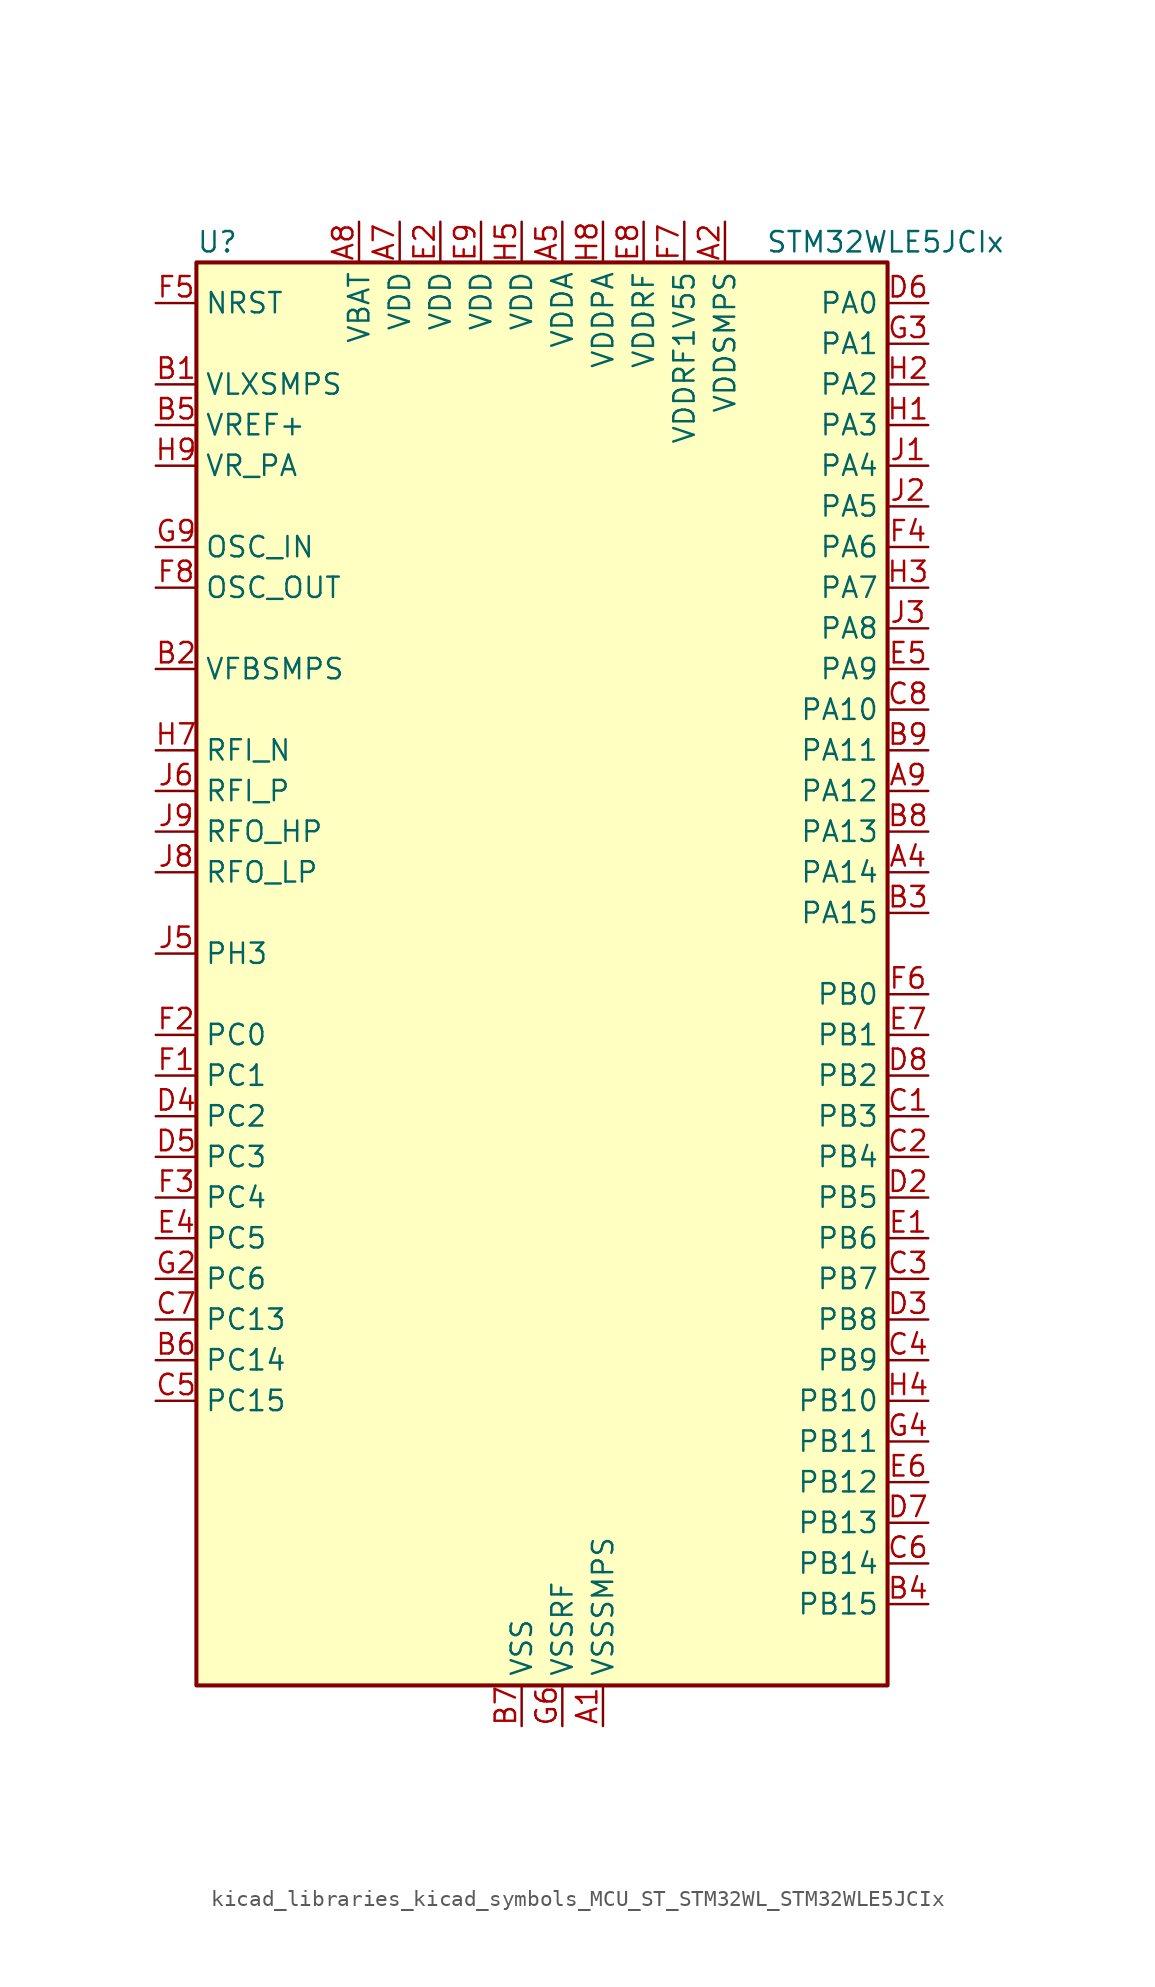
<source format=kicad_sym>
(kicad_symbol_lib
  (version 20220914)
  (generator kicad_symbol_editor)
  (symbol "kicad_libraries_kicad_symbols_MCU_ST_STM32WL_STM32WLE5JCIx"
    (property "Reference" "U"
      (at -20.32 46.99 0)
      (effects (font (size 1.27 1.27)) (justify left)))
    (property "Value" "STM32WLE5JCIx"
      (at 15.24 46.99 0)
      (effects (font (size 1.27 1.27)) (justify left)))
    (property "ki_locked" ""
      (at 0 0 0)
      (effects (font (size 1.27 1.27))))
    (symbol "kicad_libraries_kicad_symbols_MCU_ST_STM32WL_STM32WLE5JCIx_0_1"
      (rectangle (start -20.32 -43.18) (end 22.86 45.72) (stroke (width 0.254) (type default)) (fill (type background))))
    (symbol "kicad_libraries_kicad_symbols_MCU_ST_STM32WL_STM32WLE5JCIx_1_1"
      (pin power_in line (at 5.08 -45.72 90) (length 2.54) (name "VSSSMPS" (effects (font (size 1.27 1.27)))) (number "A1" (effects (font (size 1.27 1.27)))))
      (pin power_in line (at 12.7 48.26 270) (length 2.54) (name "VDDSMPS" (effects (font (size 1.27 1.27)))) (number "A2" (effects (font (size 1.27 1.27)))))
      (pin bidirectional line (at 25.4 7.62 180) (length 2.54) (name "PA14" (effects (font (size 1.27 1.27)))) (number "A4" (effects (font (size 1.27 1.27)))) (alternate "ADC_IN10" bidirectional line) (alternate "DEBUG_JTCK-SWCLK" bidirectional line) (alternate "I2C1_SMBA" bidirectional line) (alternate "LPTIM1_OUT" bidirectional line))
      (pin power_in line (at 2.54 48.26 270) (length 2.54) (name "VDDA" (effects (font (size 1.27 1.27)))) (number "A5" (effects (font (size 1.27 1.27)))))
      (pin power_in line (at -7.62 48.26 270) (length 2.54) (name "VDD" (effects (font (size 1.27 1.27)))) (number "A7" (effects (font (size 1.27 1.27)))))
      (pin power_in line (at -10.16 48.26 270) (length 2.54) (name "VBAT" (effects (font (size 1.27 1.27)))) (number "A8" (effects (font (size 1.27 1.27)))))
      (pin bidirectional line (at 25.4 12.7 180) (length 2.54) (name "PA12" (effects (font (size 1.27 1.27)))) (number "A9" (effects (font (size 1.27 1.27)))) (alternate "ADC_IN8" bidirectional line) (alternate "DEBUG_RF-BUSY" bidirectional line) (alternate "I2C2_SCL" bidirectional line) (alternate "LPTIM3_IN1" bidirectional line) (alternate "SPI1_MOSI" bidirectional line) (alternate "TIM1_ETR" bidirectional line) (alternate "USART1_DE" bidirectional line) (alternate "USART1_RTS" bidirectional line))
      (pin power_in line (at -22.86 38.1 0) (length 2.54) (name "VLXSMPS" (effects (font (size 1.27 1.27)))) (number "B1" (effects (font (size 1.27 1.27)))))
      (pin input line (at -22.86 20.32 0) (length 2.54) (name "VFBSMPS" (effects (font (size 1.27 1.27)))) (number "B2" (effects (font (size 1.27 1.27)))))
      (pin bidirectional line (at 25.4 5.08 180) (length 2.54) (name "PA15" (effects (font (size 1.27 1.27)))) (number "B3" (effects (font (size 1.27 1.27)))) (alternate "ADC_IN11" bidirectional line) (alternate "COMP1_INM" bidirectional line) (alternate "COMP2_INP" bidirectional line) (alternate "DEBUG_JTDI" bidirectional line) (alternate "I2C2_SDA" bidirectional line) (alternate "SPI1_NSS" bidirectional line) (alternate "TIM2_CH1" bidirectional line) (alternate "TIM2_ETR" bidirectional line))
      (pin bidirectional line (at 25.4 -38.1 180) (length 2.54) (name "PB15" (effects (font (size 1.27 1.27)))) (number "B4" (effects (font (size 1.27 1.27)))) (alternate "I2C2_SCL" bidirectional line) (alternate "I2S2_SD" bidirectional line) (alternate "SPI2_MOSI" bidirectional line) (alternate "TIM1_CH3N" bidirectional line))
      (pin input line (at -22.86 35.56 0) (length 2.54) (name "VREF+" (effects (font (size 1.27 1.27)))) (number "B5" (effects (font (size 1.27 1.27)))) (alternate "VREFBUF_OUT" bidirectional line))
      (pin bidirectional line (at -22.86 -22.86 0) (length 2.54) (name "PC14" (effects (font (size 1.27 1.27)))) (number "B6" (effects (font (size 1.27 1.27)))) (alternate "RCC_OSC32_IN" bidirectional line))
      (pin power_in line (at 0 -45.72 90) (length 2.54) (name "VSS" (effects (font (size 1.27 1.27)))) (number "B7" (effects (font (size 1.27 1.27)))))
      (pin bidirectional line (at 25.4 10.16 180) (length 2.54) (name "PA13" (effects (font (size 1.27 1.27)))) (number "B8" (effects (font (size 1.27 1.27)))) (alternate "ADC_IN9" bidirectional line) (alternate "DEBUG_JTMS-SWDIO" bidirectional line) (alternate "I2C2_SMBA" bidirectional line) (alternate "IR_OUT" bidirectional line))
      (pin bidirectional line (at 25.4 15.24 180) (length 2.54) (name "PA11" (effects (font (size 1.27 1.27)))) (number "B9" (effects (font (size 1.27 1.27)))) (alternate "ADC_EXTI11" bidirectional line) (alternate "ADC_IN7" bidirectional line) (alternate "COMP1_INM" bidirectional line) (alternate "COMP2_INM" bidirectional line) (alternate "DEBUG_RF-NRESET" bidirectional line) (alternate "I2C2_SDA" bidirectional line) (alternate "LPTIM3_ETR" bidirectional line) (alternate "SPI1_MISO" bidirectional line) (alternate "TIM1_BKIN2" bidirectional line) (alternate "TIM1_CH4" bidirectional line) (alternate "USART1_CTS" bidirectional line) (alternate "USART1_NSS" bidirectional line))
      (pin bidirectional line (at 25.4 -7.62 180) (length 2.54) (name "PB3" (effects (font (size 1.27 1.27)))) (number "C1" (effects (font (size 1.27 1.27)))) (alternate "ADC_IN2" bidirectional line) (alternate "COMP1_INM" bidirectional line) (alternate "COMP2_INM" bidirectional line) (alternate "DEBUG_JTDO-SWO" bidirectional line) (alternate "DEBUG_RF-DTB1" bidirectional line) (alternate "PWR_WKUP3" bidirectional line) (alternate "RTC_TAMP_IN3" bidirectional line) (alternate "SPI1_SCK" bidirectional line) (alternate "TIM2_CH2" bidirectional line) (alternate "USART1_DE" bidirectional line) (alternate "USART1_RTS" bidirectional line))
      (pin bidirectional line (at 25.4 -10.16 180) (length 2.54) (name "PB4" (effects (font (size 1.27 1.27)))) (number "C2" (effects (font (size 1.27 1.27)))) (alternate "ADC_IN3" bidirectional line) (alternate "COMP1_INP" bidirectional line) (alternate "COMP2_INP" bidirectional line) (alternate "DEBUG_JTRST" bidirectional line) (alternate "DEBUG_RF-LDORDY" bidirectional line) (alternate "I2C3_SDA" bidirectional line) (alternate "SPI1_MISO" bidirectional line) (alternate "TIM17_BKIN" bidirectional line) (alternate "USART1_CTS" bidirectional line) (alternate "USART1_NSS" bidirectional line))
      (pin bidirectional line (at 25.4 -17.78 180) (length 2.54) (name "PB7" (effects (font (size 1.27 1.27)))) (number "C3" (effects (font (size 1.27 1.27)))) (alternate "I2C1_SDA" bidirectional line) (alternate "LPTIM1_IN2" bidirectional line) (alternate "PWR_PVD_IN" bidirectional line) (alternate "TIM17_CH1N" bidirectional line) (alternate "TIM1_BKIN" bidirectional line) (alternate "USART1_RX" bidirectional line))
      (pin bidirectional line (at 25.4 -22.86 180) (length 2.54) (name "PB9" (effects (font (size 1.27 1.27)))) (number "C4" (effects (font (size 1.27 1.27)))) (alternate "DAC_EXTI9" bidirectional line) (alternate "I2C1_SDA" bidirectional line) (alternate "I2S2_WS" bidirectional line) (alternate "IR_OUT" bidirectional line) (alternate "SPI2_NSS" bidirectional line) (alternate "TIM17_CH1" bidirectional line) (alternate "TIM1_CH3N" bidirectional line))
      (pin bidirectional line (at -22.86 -25.4 0) (length 2.54) (name "PC15" (effects (font (size 1.27 1.27)))) (number "C5" (effects (font (size 1.27 1.27)))) (alternate "RCC_OSC32_OUT" bidirectional line))
      (pin bidirectional line (at 25.4 -35.56 180) (length 2.54) (name "PB14" (effects (font (size 1.27 1.27)))) (number "C6" (effects (font (size 1.27 1.27)))) (alternate "ADC_IN1" bidirectional line) (alternate "I2C3_SDA" bidirectional line) (alternate "I2S2_MCK" bidirectional line) (alternate "SPI2_MISO" bidirectional line) (alternate "TIM1_CH2N" bidirectional line))
      (pin bidirectional line (at -22.86 -20.32 0) (length 2.54) (name "PC13" (effects (font (size 1.27 1.27)))) (number "C7" (effects (font (size 1.27 1.27)))) (alternate "PWR_WKUP2" bidirectional line) (alternate "RTC_OUT1" bidirectional line) (alternate "RTC_TAMP_IN1" bidirectional line) (alternate "RTC_TS" bidirectional line))
      (pin bidirectional line (at 25.4 17.78 180) (length 2.54) (name "PA10" (effects (font (size 1.27 1.27)))) (number "C8" (effects (font (size 1.27 1.27)))) (alternate "ADC_IN6" bidirectional line) (alternate "COMP1_INM" bidirectional line) (alternate "COMP2_INM" bidirectional line) (alternate "DAC_OUT1" bidirectional line) (alternate "DEBUG_RF-HSE32RDY" bidirectional line) (alternate "I2C1_SDA" bidirectional line) (alternate "I2S2_SD" bidirectional line) (alternate "RTC_REFIN" bidirectional line) (alternate "SPI2_MOSI" bidirectional line) (alternate "TIM17_BKIN" bidirectional line) (alternate "TIM1_CH3" bidirectional line) (alternate "USART1_RX" bidirectional line))
      (pin bidirectional line (at 25.4 -12.7 180) (length 2.54) (name "PB5" (effects (font (size 1.27 1.27)))) (number "D2" (effects (font (size 1.27 1.27)))) (alternate "COMP2_OUT" bidirectional line) (alternate "I2C1_SMBA" bidirectional line) (alternate "LPTIM1_IN1" bidirectional line) (alternate "SPI1_MOSI" bidirectional line) (alternate "TIM16_BKIN" bidirectional line) (alternate "USART1_CK" bidirectional line))
      (pin bidirectional line (at 25.4 -20.32 180) (length 2.54) (name "PB8" (effects (font (size 1.27 1.27)))) (number "D3" (effects (font (size 1.27 1.27)))) (alternate "I2C1_SCL" bidirectional line) (alternate "TIM16_CH1" bidirectional line) (alternate "TIM1_CH2N" bidirectional line))
      (pin bidirectional line (at -22.86 -7.62 0) (length 2.54) (name "PC2" (effects (font (size 1.27 1.27)))) (number "D4" (effects (font (size 1.27 1.27)))) (alternate "LPTIM1_IN2" bidirectional line) (alternate "SPI2_MISO" bidirectional line))
      (pin bidirectional line (at -22.86 -10.16 0) (length 2.54) (name "PC3" (effects (font (size 1.27 1.27)))) (number "D5" (effects (font (size 1.27 1.27)))) (alternate "I2S2_SD" bidirectional line) (alternate "LPTIM1_ETR" bidirectional line) (alternate "LPTIM2_ETR" bidirectional line) (alternate "SPI2_MOSI" bidirectional line))
      (pin bidirectional line (at 25.4 43.18 180) (length 2.54) (name "PA0" (effects (font (size 1.27 1.27)))) (number "D6" (effects (font (size 1.27 1.27)))) (alternate "COMP1_OUT" bidirectional line) (alternate "DEBUG_PWR-REGLP1S" bidirectional line) (alternate "I2C3_SMBA" bidirectional line) (alternate "I2S_CKIN" bidirectional line) (alternate "PWR_WKUP1" bidirectional line) (alternate "RTC_TAMP_IN2" bidirectional line) (alternate "TIM2_CH1" bidirectional line) (alternate "TIM2_ETR" bidirectional line) (alternate "USART2_CTS" bidirectional line) (alternate "USART2_NSS" bidirectional line))
      (pin bidirectional line (at 25.4 -33.02 180) (length 2.54) (name "PB13" (effects (font (size 1.27 1.27)))) (number "D7" (effects (font (size 1.27 1.27)))) (alternate "ADC_IN0" bidirectional line) (alternate "I2C3_SCL" bidirectional line) (alternate "I2S2_CK" bidirectional line) (alternate "LPUART1_CTS" bidirectional line) (alternate "SPI2_SCK" bidirectional line) (alternate "TIM1_CH1N" bidirectional line))
      (pin bidirectional line (at 25.4 -5.08 180) (length 2.54) (name "PB2" (effects (font (size 1.27 1.27)))) (number "D8" (effects (font (size 1.27 1.27)))) (alternate "ADC_IN4" bidirectional line) (alternate "COMP1_INP" bidirectional line) (alternate "COMP2_INM" bidirectional line) (alternate "DEBUG_RF-SMPSRDY" bidirectional line) (alternate "I2C3_SMBA" bidirectional line) (alternate "LPTIM1_OUT" bidirectional line) (alternate "SPI1_NSS" bidirectional line))
      (pin passive line (at 0 -45.72 90) (length 2.54) hide (name "VSS" (effects (font (size 1.27 1.27)))) (number "D9" (effects (font (size 1.27 1.27)))))
      (pin bidirectional line (at 25.4 -15.24 180) (length 2.54) (name "PB6" (effects (font (size 1.27 1.27)))) (number "E1" (effects (font (size 1.27 1.27)))) (alternate "I2C1_SCL" bidirectional line) (alternate "LPTIM1_ETR" bidirectional line) (alternate "TIM16_CH1N" bidirectional line) (alternate "USART1_TX" bidirectional line))
      (pin power_in line (at -5.08 48.26 270) (length 2.54) (name "VDD" (effects (font (size 1.27 1.27)))) (number "E2" (effects (font (size 1.27 1.27)))))
      (pin passive line (at 0 -45.72 90) (length 2.54) hide (name "VSS" (effects (font (size 1.27 1.27)))) (number "E3" (effects (font (size 1.27 1.27)))))
      (pin bidirectional line (at -22.86 -15.24 0) (length 2.54) (name "PC5" (effects (font (size 1.27 1.27)))) (number "E4" (effects (font (size 1.27 1.27)))))
      (pin bidirectional line (at 25.4 20.32 180) (length 2.54) (name "PA9" (effects (font (size 1.27 1.27)))) (number "E5" (effects (font (size 1.27 1.27)))) (alternate "DAC_EXTI9" bidirectional line) (alternate "I2C1_SCL" bidirectional line) (alternate "I2S2_CK" bidirectional line) (alternate "I2S2_WS" bidirectional line) (alternate "SPI2_NSS" bidirectional line) (alternate "SPI2_SCK" bidirectional line) (alternate "TIM1_CH2" bidirectional line) (alternate "USART1_TX" bidirectional line))
      (pin bidirectional line (at 25.4 -30.48 180) (length 2.54) (name "PB12" (effects (font (size 1.27 1.27)))) (number "E6" (effects (font (size 1.27 1.27)))) (alternate "I2C3_SMBA" bidirectional line) (alternate "I2S2_WS" bidirectional line) (alternate "LPUART1_RTS" bidirectional line) (alternate "SPI2_NSS" bidirectional line) (alternate "TIM1_BKIN" bidirectional line))
      (pin bidirectional line (at 25.4 -2.54 180) (length 2.54) (name "PB1" (effects (font (size 1.27 1.27)))) (number "E7" (effects (font (size 1.27 1.27)))) (alternate "ADC_IN5" bidirectional line) (alternate "COMP2_INP" bidirectional line) (alternate "LPTIM2_IN1" bidirectional line) (alternate "LPUART1_DE" bidirectional line) (alternate "LPUART1_RTS" bidirectional line))
      (pin power_in line (at 7.62 48.26 270) (length 2.54) (name "VDDRF" (effects (font (size 1.27 1.27)))) (number "E8" (effects (font (size 1.27 1.27)))))
      (pin power_in line (at -2.54 48.26 270) (length 2.54) (name "VDD" (effects (font (size 1.27 1.27)))) (number "E9" (effects (font (size 1.27 1.27)))))
      (pin bidirectional line (at -22.86 -5.08 0) (length 2.54) (name "PC1" (effects (font (size 1.27 1.27)))) (number "F1" (effects (font (size 1.27 1.27)))) (alternate "I2C3_SDA" bidirectional line) (alternate "I2S2_SD" bidirectional line) (alternate "LPTIM1_OUT" bidirectional line) (alternate "LPUART1_TX" bidirectional line) (alternate "SPI2_MOSI" bidirectional line))
      (pin bidirectional line (at -22.86 -2.54 0) (length 2.54) (name "PC0" (effects (font (size 1.27 1.27)))) (number "F2" (effects (font (size 1.27 1.27)))) (alternate "I2C3_SCL" bidirectional line) (alternate "LPTIM1_IN1" bidirectional line) (alternate "LPTIM2_IN1" bidirectional line) (alternate "LPUART1_RX" bidirectional line))
      (pin bidirectional line (at -22.86 -12.7 0) (length 2.54) (name "PC4" (effects (font (size 1.27 1.27)))) (number "F3" (effects (font (size 1.27 1.27)))))
      (pin bidirectional line (at 25.4 27.94 180) (length 2.54) (name "PA6" (effects (font (size 1.27 1.27)))) (number "F4" (effects (font (size 1.27 1.27)))) (alternate "DEBUG_SUBGHZSPI-MISOOUT" bidirectional line) (alternate "I2C2_SMBA" bidirectional line) (alternate "LPUART1_CTS" bidirectional line) (alternate "SPI1_MISO" bidirectional line) (alternate "TIM16_CH1" bidirectional line) (alternate "TIM1_BKIN" bidirectional line))
      (pin input line (at -22.86 43.18 0) (length 2.54) (name "NRST" (effects (font (size 1.27 1.27)))) (number "F5" (effects (font (size 1.27 1.27)))))
      (pin bidirectional line (at 25.4 0 180) (length 2.54) (name "PB0" (effects (font (size 1.27 1.27)))) (number "F6" (effects (font (size 1.27 1.27)))) (alternate "COMP1_OUT" bidirectional line) (alternate "VDDTCXO" bidirectional line))
      (pin power_in line (at 10.16 48.26 270) (length 2.54) (name "VDDRF1V55" (effects (font (size 1.27 1.27)))) (number "F7" (effects (font (size 1.27 1.27)))))
      (pin input line (at -22.86 25.4 0) (length 2.54) (name "OSC_OUT" (effects (font (size 1.27 1.27)))) (number "F8" (effects (font (size 1.27 1.27)))) (alternate "RCC_OSC_OUT" bidirectional line))
      (pin bidirectional line (at -22.86 -17.78 0) (length 2.54) (name "PC6" (effects (font (size 1.27 1.27)))) (number "G2" (effects (font (size 1.27 1.27)))) (alternate "I2S2_MCK" bidirectional line))
      (pin bidirectional line (at 25.4 40.64 180) (length 2.54) (name "PA1" (effects (font (size 1.27 1.27)))) (number "G3" (effects (font (size 1.27 1.27)))) (alternate "DEBUG_PWR-REGLP2S" bidirectional line) (alternate "I2C1_SMBA" bidirectional line) (alternate "LPTIM3_OUT" bidirectional line) (alternate "LPUART1_RTS" bidirectional line) (alternate "SPI1_SCK" bidirectional line) (alternate "TIM2_CH2" bidirectional line) (alternate "USART2_DE" bidirectional line) (alternate "USART2_RTS" bidirectional line))
      (pin bidirectional line (at 25.4 -27.94 180) (length 2.54) (name "PB11" (effects (font (size 1.27 1.27)))) (number "G4" (effects (font (size 1.27 1.27)))) (alternate "ADC_EXTI11" bidirectional line) (alternate "COMP2_OUT" bidirectional line) (alternate "I2C3_SDA" bidirectional line) (alternate "LPUART1_TX" bidirectional line) (alternate "TIM2_CH4" bidirectional line))
      (pin passive line (at 0 -45.72 90) (length 2.54) hide (name "VSS" (effects (font (size 1.27 1.27)))) (number "G5" (effects (font (size 1.27 1.27)))))
      (pin power_in line (at 2.54 -45.72 90) (length 2.54) (name "VSSRF" (effects (font (size 1.27 1.27)))) (number "G6" (effects (font (size 1.27 1.27)))))
      (pin passive line (at 2.54 -45.72 90) (length 2.54) hide (name "VSSRF" (effects (font (size 1.27 1.27)))) (number "G7" (effects (font (size 1.27 1.27)))))
      (pin passive line (at 2.54 -45.72 90) (length 2.54) hide (name "VSSRF" (effects (font (size 1.27 1.27)))) (number "G8" (effects (font (size 1.27 1.27)))))
      (pin input line (at -22.86 27.94 0) (length 2.54) (name "OSC_IN" (effects (font (size 1.27 1.27)))) (number "G9" (effects (font (size 1.27 1.27)))) (alternate "RCC_OSC_IN" bidirectional line))
      (pin bidirectional line (at 25.4 35.56 180) (length 2.54) (name "PA3" (effects (font (size 1.27 1.27)))) (number "H1" (effects (font (size 1.27 1.27)))) (alternate "I2S2_MCK" bidirectional line) (alternate "LPUART1_RX" bidirectional line) (alternate "TIM2_CH4" bidirectional line) (alternate "USART2_RX" bidirectional line))
      (pin bidirectional line (at 25.4 38.1 180) (length 2.54) (name "PA2" (effects (font (size 1.27 1.27)))) (number "H2" (effects (font (size 1.27 1.27)))) (alternate "COMP2_OUT" bidirectional line) (alternate "DEBUG_PWR-LDORDY" bidirectional line) (alternate "LPUART1_TX" bidirectional line) (alternate "RCC_LSCO" bidirectional line) (alternate "TIM2_CH3" bidirectional line) (alternate "USART2_TX" bidirectional line))
      (pin bidirectional line (at 25.4 25.4 180) (length 2.54) (name "PA7" (effects (font (size 1.27 1.27)))) (number "H3" (effects (font (size 1.27 1.27)))) (alternate "COMP2_OUT" bidirectional line) (alternate "DEBUG_SUBGHZSPI-MOSIOUT" bidirectional line) (alternate "I2C3_SCL" bidirectional line) (alternate "SPI1_MOSI" bidirectional line) (alternate "TIM17_CH1" bidirectional line) (alternate "TIM1_CH1N" bidirectional line))
      (pin bidirectional line (at 25.4 -25.4 180) (length 2.54) (name "PB10" (effects (font (size 1.27 1.27)))) (number "H4" (effects (font (size 1.27 1.27)))) (alternate "COMP1_OUT" bidirectional line) (alternate "I2C3_SCL" bidirectional line) (alternate "I2S2_CK" bidirectional line) (alternate "LPUART1_RX" bidirectional line) (alternate "SPI2_SCK" bidirectional line) (alternate "TIM2_CH3" bidirectional line))
      (pin power_in line (at 0 48.26 270) (length 2.54) (name "VDD" (effects (font (size 1.27 1.27)))) (number "H5" (effects (font (size 1.27 1.27)))))
      (pin passive line (at 2.54 -45.72 90) (length 2.54) hide (name "VSSRF" (effects (font (size 1.27 1.27)))) (number "H6" (effects (font (size 1.27 1.27)))))
      (pin bidirectional line (at -22.86 15.24 0) (length 2.54) (name "RFI_N" (effects (font (size 1.27 1.27)))) (number "H7" (effects (font (size 1.27 1.27)))))
      (pin power_in line (at 5.08 48.26 270) (length 2.54) (name "VDDPA" (effects (font (size 1.27 1.27)))) (number "H8" (effects (font (size 1.27 1.27)))))
      (pin power_in line (at -22.86 33.02 0) (length 2.54) (name "VR_PA" (effects (font (size 1.27 1.27)))) (number "H9" (effects (font (size 1.27 1.27)))))
      (pin bidirectional line (at 25.4 33.02 180) (length 2.54) (name "PA4" (effects (font (size 1.27 1.27)))) (number "J1" (effects (font (size 1.27 1.27)))) (alternate "DEBUG_SUBGHZSPI-NSSOUT" bidirectional line) (alternate "LPTIM1_OUT" bidirectional line) (alternate "LPTIM2_OUT" bidirectional line) (alternate "RTC_OUT2" bidirectional line) (alternate "SPI1_NSS" bidirectional line) (alternate "USART2_CK" bidirectional line))
      (pin bidirectional line (at 25.4 30.48 180) (length 2.54) (name "PA5" (effects (font (size 1.27 1.27)))) (number "J2" (effects (font (size 1.27 1.27)))) (alternate "DEBUG_SUBGHZSPI-SCKOUT" bidirectional line) (alternate "LPTIM2_ETR" bidirectional line) (alternate "SPI1_SCK" bidirectional line) (alternate "SPI2_MISO" bidirectional line) (alternate "TIM2_CH1" bidirectional line) (alternate "TIM2_ETR" bidirectional line))
      (pin bidirectional line (at 25.4 22.86 180) (length 2.54) (name "PA8" (effects (font (size 1.27 1.27)))) (number "J3" (effects (font (size 1.27 1.27)))) (alternate "I2S2_CK" bidirectional line) (alternate "LPTIM2_OUT" bidirectional line) (alternate "RCC_MCO" bidirectional line) (alternate "SPI2_SCK" bidirectional line) (alternate "TIM1_CH1" bidirectional line) (alternate "USART1_CK" bidirectional line))
      (pin bidirectional line (at -22.86 2.54 0) (length 2.54) (name "PH3" (effects (font (size 1.27 1.27)))) (number "J5" (effects (font (size 1.27 1.27)))))
      (pin bidirectional line (at -22.86 12.7 0) (length 2.54) (name "RFI_P" (effects (font (size 1.27 1.27)))) (number "J6" (effects (font (size 1.27 1.27)))))
      (pin bidirectional line (at -22.86 7.62 0) (length 2.54) (name "RFO_LP" (effects (font (size 1.27 1.27)))) (number "J8" (effects (font (size 1.27 1.27)))))
      (pin bidirectional line (at -22.86 10.16 0) (length 2.54) (name "RFO_HP" (effects (font (size 1.27 1.27)))) (number "J9" (effects (font (size 1.27 1.27))))))))
</source>
